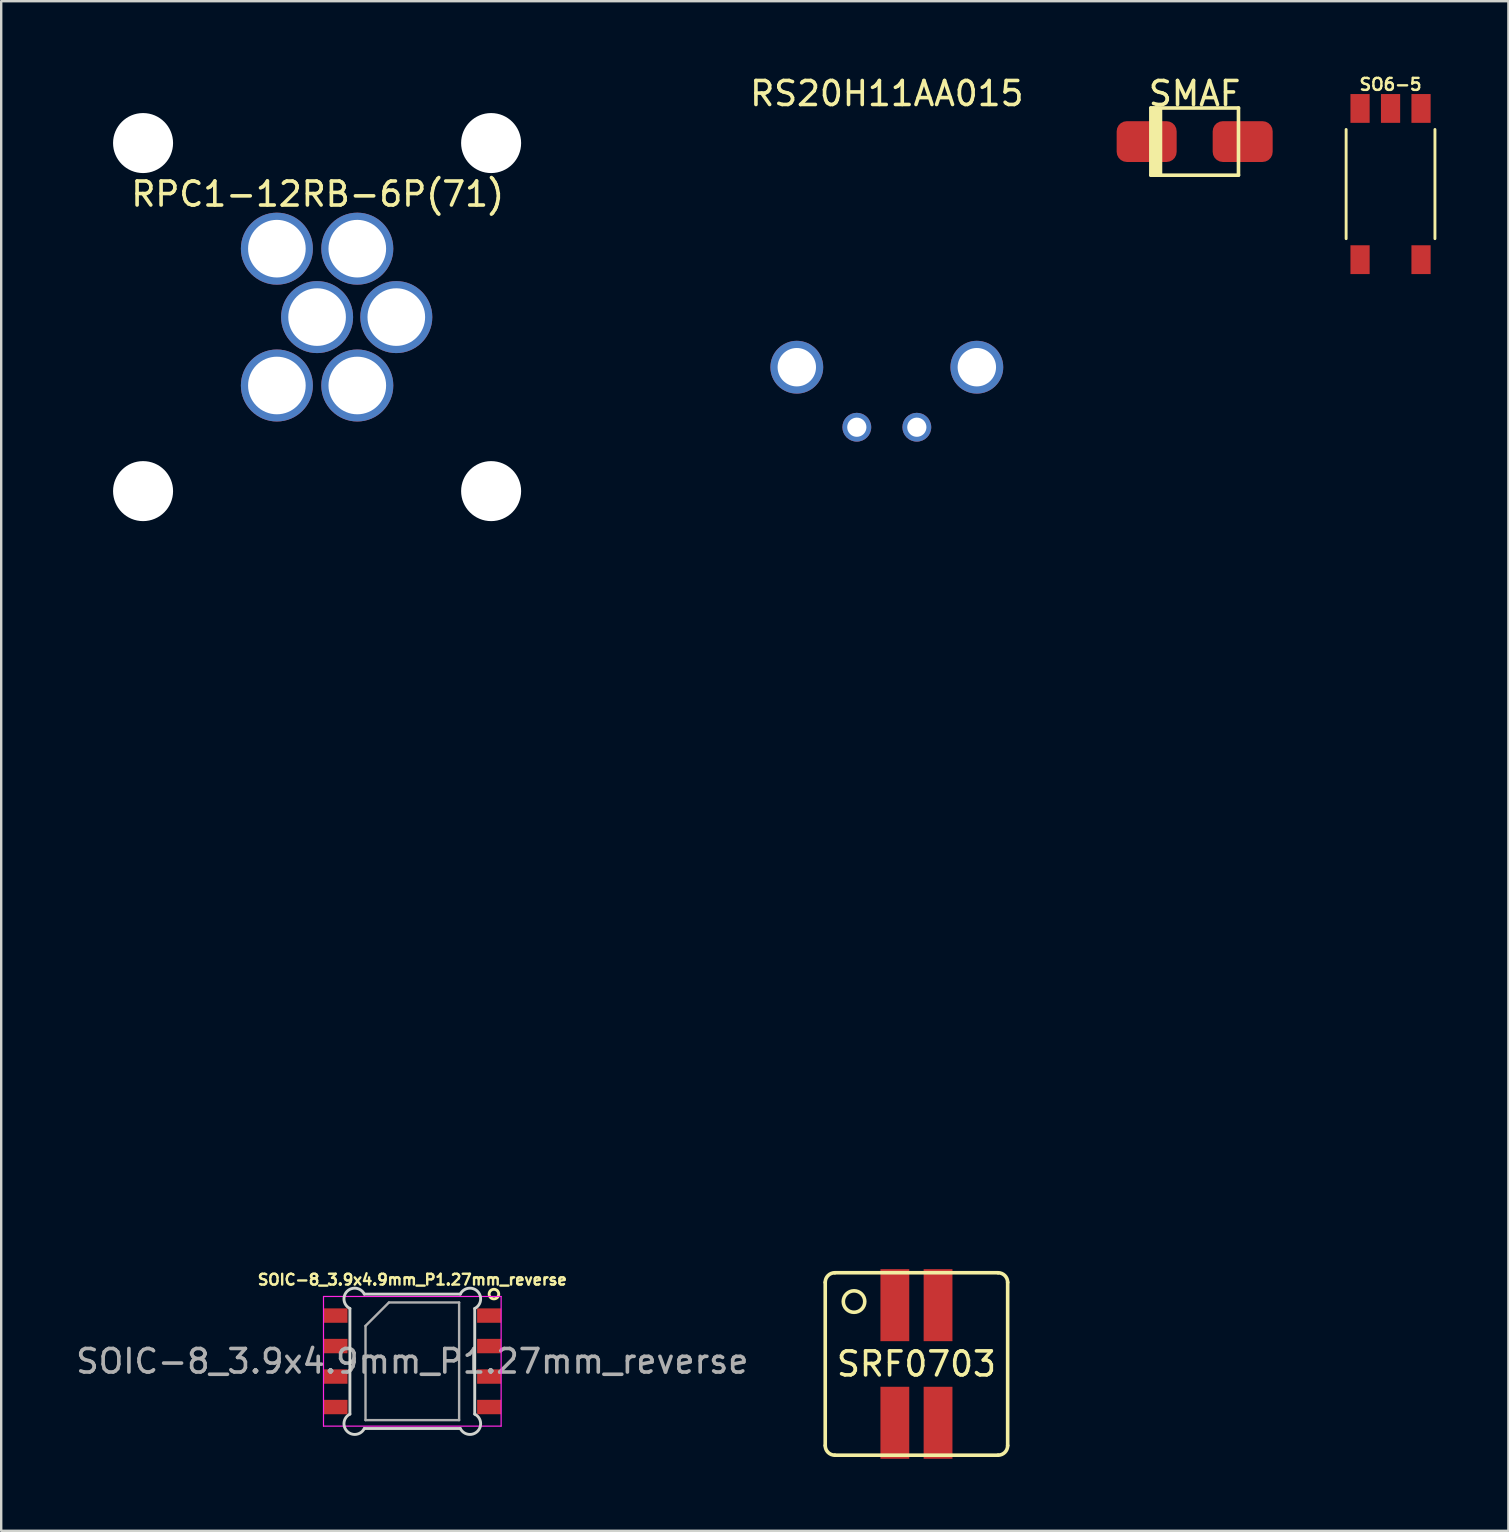
<source format=kicad_pcb>
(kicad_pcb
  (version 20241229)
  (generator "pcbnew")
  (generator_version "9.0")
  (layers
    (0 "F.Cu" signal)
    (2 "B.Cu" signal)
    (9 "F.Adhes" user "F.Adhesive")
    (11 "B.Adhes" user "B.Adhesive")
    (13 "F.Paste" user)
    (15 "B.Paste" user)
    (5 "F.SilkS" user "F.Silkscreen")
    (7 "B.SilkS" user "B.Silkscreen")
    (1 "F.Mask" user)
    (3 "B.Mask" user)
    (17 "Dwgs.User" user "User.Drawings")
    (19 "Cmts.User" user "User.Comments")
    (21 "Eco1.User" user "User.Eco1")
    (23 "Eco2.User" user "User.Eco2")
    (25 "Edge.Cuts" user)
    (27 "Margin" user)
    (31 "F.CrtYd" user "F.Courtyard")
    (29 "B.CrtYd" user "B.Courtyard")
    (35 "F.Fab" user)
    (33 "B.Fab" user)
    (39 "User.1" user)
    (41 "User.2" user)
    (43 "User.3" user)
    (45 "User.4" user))
  (footprint "RPC1-12RB-6P(71)"
    (layer "F.Cu")
    (at 10.16 10.16)
    (property "Reference" "RPC1-12RB-6P(71)" (at 0.025 -5.125 0) (layer "F.SilkS") (effects (font (size 1 1) (thickness 0.15))))
    (attr through_hole)
    (fp_line (start -10.1 -7.25) (end -10.1 7.25) (stroke (width 0.12) (type solid)) (layer "Eco1.User"))
    (fp_line (start -7.25 -10.1) (end 7.25 -10.1) (stroke (width 0.12) (type solid)) (layer "Eco1.User"))
    (fp_line (start -7.25 10.1) (end 7.25 10.1) (stroke (width 0.12) (type solid)) (layer "Eco1.User"))
    (fp_line (start 10.1 -7.25) (end 10.1 7.25) (stroke (width 0.12) (type solid)) (layer "Eco1.User"))
    (fp_arc (start -10.1 -7.25) (mid -9.265254 -9.265254) (end -7.25 -10.1) (stroke (width 0.12) (type solid)) (layer "Eco1.User"))
    (fp_arc (start -7.25 10.1) (mid -9.265254 9.265254) (end -10.1 7.25) (stroke (width 0.12) (type solid)) (layer "Eco1.User"))
    (fp_arc (start 7.25 -10.1) (mid 9.265254 -9.265254) (end 10.1 -7.25) (stroke (width 0.12) (type solid)) (layer "Eco1.User"))
    (fp_arc (start 10.1 7.25) (mid 9.265254 9.265254) (end 7.25 10.1) (stroke (width 0.12) (type solid)) (layer "Eco1.User"))
    (fp_circle (center 0 0) (end 6.25 0) (stroke (width 0.12) (type solid)) (fill no) (layer "Eco1.User"))
    (pad "" np_thru_hole circle (at -7.25 -7.25) (size 2.5 2.5) (drill 2.5) (layers "*.Cu" "*.Mask"))
    (pad "" np_thru_hole circle (at -7.25 7.25) (size 2.5 2.5) (drill 2.5) (layers "*.Cu" "*.Mask"))
    (pad "" np_thru_hole circle (at 7.25 -7.25) (size 2.5 2.5) (drill 2.5) (layers "*.Cu" "*.Mask"))
    (pad "" np_thru_hole circle (at 7.25 7.25) (size 2.5 2.5) (drill 2.5) (layers "*.Cu" "*.Mask"))
    (pad "1" thru_hole circle (at -1.675 2.85) (size 3 3) (drill 2.4) (layers "*.Cu" "*.Mask"))
    (pad "2" thru_hole circle (at 1.675 2.85) (size 3 3) (drill 2.4) (layers "*.Cu" "*.Mask"))
    (pad "3" thru_hole circle (at 3.3 0) (size 3 3) (drill 2.4) (layers "*.Cu" "*.Mask"))
    (pad "4" thru_hole circle (at 1.675 -2.85) (size 3 3) (drill 2.4) (layers "*.Cu" "*.Mask"))
    (pad "5" thru_hole circle (at -1.675 -2.85) (size 3 3) (drill 2.4) (layers "*.Cu" "*.Mask"))
    (pad "6" thru_hole circle (at 0 0) (size 3 3) (drill 2.4) (layers "*.Cu" "*.Mask")))
  (footprint "SO6-5"
    (layer "F.Cu")
    (at 54.88 4.618)
    (property "Reference" "SO6-5" (at 0 -4.15 0) (layer "F.SilkS") (effects (font (size 0.5 0.5) (thickness 0.1))))
    (attr through_hole)
    (fp_line (start -1.85 -2.275) (end -1.85 2.275) (stroke (width 0.12) (type solid)) (layer "F.SilkS"))
    (fp_line (start 1.85 -2.275) (end 1.85 2.275) (stroke (width 0.12) (type solid)) (layer "F.SilkS"))
    (pad "1" smd trapezoid (at -1.27 3.15) (size 0.8 1.2) (layers "F.Cu" "F.Mask" "F.Paste"))
    (pad "3" smd trapezoid (at 1.27 3.15) (size 0.8 1.2) (layers "F.Cu" "F.Mask" "F.Paste"))
    (pad "4" smd trapezoid (at 1.27 -3.15) (size 0.8 1.2) (layers "F.Cu" "F.Mask" "F.Paste"))
    (pad "5" smd trapezoid (at 0 -3.15) (size 0.8 1.2) (layers "F.Cu" "F.Mask" "F.Paste"))
    (pad "6" smd trapezoid (at -1.27 -3.15) (size 0.8 1.2) (layers "F.Cu" "F.Mask" "F.Paste")))
  (footprint "SOIC-8_3.9x4.9mm_P1.27mm_reverse"
    (layer "F.Cu")
    (at 14.127 53.662)
    (property "Reference" "SOIC-8_3.9x4.9mm_P1.27mm_reverse" (at 0 -3.4 0) (layer "F.SilkS") (effects (font (size 0.45 0.45) (thickness 0.1))))
    (attr smd)
    (fp_circle (center 3.4 -2.8) (end 3.4 -2.6) (stroke (width 0.12) (type solid)) (fill no) (layer "F.SilkS"))
    (fp_line (start -2.6 -2.2) (end -2.6 2.2) (stroke (width 0.12) (type solid)) (layer "Edge.Cuts"))
    (fp_line (start -2 2.8) (end 2 2.8) (stroke (width 0.12) (type solid)) (layer "Edge.Cuts"))
    (fp_line (start 2 -2.8) (end -2 -2.8) (stroke (width 0.12) (type solid)) (layer "Edge.Cuts"))
    (fp_line (start 2.6 2.2) (end 2.6 -2.2) (stroke (width 0.12) (type solid)) (layer "Edge.Cuts"))
    (fp_arc (start -2.6 -2.2) (mid -2.716228 -2.916228) (end -2 -2.8) (stroke (width 0.12) (type solid)) (layer "Edge.Cuts"))
    (fp_arc (start -2 2.8) (mid -2.716228 2.916228) (end -2.6 2.2) (stroke (width 0.12) (type solid)) (layer "Edge.Cuts"))
    (fp_arc (start 2 -2.8) (mid 2.716228 -2.916228) (end 2.6 -2.2) (stroke (width 0.12) (type solid)) (layer "Edge.Cuts"))
    (fp_arc (start 2.6 2.2) (mid 2.716228 2.916228) (end 2 2.8) (stroke (width 0.12) (type solid)) (layer "Edge.Cuts"))
    (fp_line (start -3.7 -2.7) (end -3.7 2.7) (stroke (width 0.05) (type solid)) (layer "F.CrtYd"))
    (fp_line (start -3.7 2.7) (end 3.7 2.7) (stroke (width 0.05) (type solid)) (layer "F.CrtYd"))
    (fp_line (start 3.7 -2.7) (end -3.7 -2.7) (stroke (width 0.05) (type solid)) (layer "F.CrtYd"))
    (fp_line (start 3.7 2.7) (end 3.7 -2.7) (stroke (width 0.05) (type solid)) (layer "F.CrtYd"))
    (fp_line (start -1.95 -1.475) (end -0.975 -2.45) (stroke (width 0.1) (type solid)) (layer "F.Fab"))
    (fp_line (start -1.95 2.45) (end -1.95 -1.475) (stroke (width 0.1) (type solid)) (layer "F.Fab"))
    (fp_line (start -0.975 -2.45) (end 1.95 -2.45) (stroke (width 0.1) (type solid)) (layer "F.Fab"))
    (fp_line (start 1.95 -2.45) (end 1.95 2.45) (stroke (width 0.1) (type solid)) (layer "F.Fab"))
    (fp_line (start 1.95 2.45) (end -1.95 2.45) (stroke (width 0.1) (type solid)) (layer "F.Fab"))
    (fp_text user "${REFERENCE}" (at 0 0 0) (layer "F.Fab") (effects (font (size 0.98 0.98) (thickness 0.15))))
    (pad "1" smd rect (at 3.2 -1.905) (size 1 0.6) (layers "F.Cu" "F.Mask" "F.Paste"))
    (pad "2" smd rect (at 3.2 -0.635) (size 1 0.6) (layers "F.Cu" "F.Mask" "F.Paste"))
    (pad "3" smd rect (at 3.2 0.635) (size 1 0.6) (layers "F.Cu" "F.Mask" "F.Paste"))
    (pad "4" smd rect (at 3.2 1.905) (size 1 0.6) (layers "F.Cu" "F.Mask" "F.Paste"))
    (pad "5" smd rect (at -3.2 1.905) (size 1 0.6) (layers "F.Cu" "F.Mask" "F.Paste"))
    (pad "6" smd rect (at -3.2 0.635) (size 1 0.6) (layers "F.Cu" "F.Mask" "F.Paste"))
    (pad "7" smd rect (at -3.2 -0.635) (size 1 0.6) (layers "F.Cu" "F.Mask" "F.Paste"))
    (pad "8" smd rect (at -3.2 -1.905) (size 1 0.6) (layers "F.Cu" "F.Mask" "F.Paste")))
  (footprint "SRF0703"
    (layer "F.Cu")
    (at 35.129 53.773)
    (property "Reference" "SRF0703" (at 0 0 0) (layer "F.SilkS") (effects (font (size 1 1) (thickness 0.15))))
    (attr through_hole)
    (fp_line (start -3.8 -3.4) (end -3.8 3.4) (stroke (width 0.15) (type solid)) (layer "F.SilkS"))
    (fp_line (start -3.4 3.8) (end 3.4 3.8) (stroke (width 0.15) (type solid)) (layer "F.SilkS"))
    (fp_line (start 3.4 -3.8) (end -3.4 -3.8) (stroke (width 0.15) (type solid)) (layer "F.SilkS"))
    (fp_line (start 3.8 3.4) (end 3.8 -3.4) (stroke (width 0.15) (type solid)) (layer "F.SilkS"))
    (fp_arc (start -3.8 -3.4) (mid -3.682843 -3.682843) (end -3.4 -3.8) (stroke (width 0.15) (type solid)) (layer "F.SilkS"))
    (fp_arc (start -3.4 3.8) (mid -3.682843 3.682843) (end -3.8 3.4) (stroke (width 0.15) (type solid)) (layer "F.SilkS"))
    (fp_arc (start 3.4 -3.8) (mid 3.682843 -3.682843) (end 3.8 -3.4) (stroke (width 0.15) (type solid)) (layer "F.SilkS"))
    (fp_arc (start 3.8 3.4) (mid 3.682843 3.682843) (end 3.4 3.8) (stroke (width 0.15) (type solid)) (layer "F.SilkS"))
    (fp_circle (center -2.6 -2.6) (end -2.4 -2.2) (stroke (width 0.15) (type solid)) (fill no) (layer "F.SilkS"))
    (pad "1" smd rect (at -0.9 -2.45) (size 1.2 3) (layers "F.Cu" "F.Mask" "F.Paste"))
    (pad "2" smd rect (at 0.9 -2.45) (size 1.2 3) (layers "F.Cu" "F.Mask" "F.Paste"))
    (pad "3" smd rect (at 0.9 2.45) (size 1.2 3) (layers "F.Cu" "F.Mask" "F.Paste"))
    (pad "4" smd rect (at -0.9 2.45) (size 1.2 3) (layers "F.Cu" "F.Mask" "F.Paste")))
  (footprint "RS20H11AA015"
    (layer "F.Cu")
    (at 33.895 14.748)
    (property "Reference" "RS20H11AA015" (at 0 -13.9 0) (layer "F.SilkS") (effects (font (size 1 1) (thickness 0.15))))
    (attr through_hole)
    (fp_line (start -10.5 6.5) (end -10.5 11.5) (stroke (width 0.15) (type solid)) (layer "Eco1.User"))
    (fp_line (start -10.5 11.5) (end -6.5 11.5) (stroke (width 0.15) (type solid)) (layer "Eco1.User"))
    (fp_line (start -6.5 3.5) (end 6.5 3.5) (stroke (width 0.15) (type solid)) (layer "Eco1.User"))
    (fp_line (start -6.5 6.5) (end -10.5 6.5) (stroke (width 0.15) (type solid)) (layer "Eco1.User"))
    (fp_line (start -6.5 6.5) (end -6.5 3.5) (stroke (width 0.15) (type solid)) (layer "Eco1.User"))
    (fp_line (start -6.5 11.5) (end -6.5 14.5) (stroke (width 0.15) (type solid)) (layer "Eco1.User"))
    (fp_line (start -6.5 14.5) (end 6.5 14.5) (stroke (width 0.15) (type solid)) (layer "Eco1.User"))
    (fp_line (start -6 -3) (end 6 -3) (stroke (width 0.15) (type solid)) (layer "Eco1.User"))
    (fp_line (start -6 3.5) (end -6 -3) (stroke (width 0.15) (type solid)) (layer "Eco1.User"))
    (fp_line (start -6 32) (end -6 14.5) (stroke (width 0.15) (type solid)) (layer "Eco1.User"))
    (fp_line (start 6 3.5) (end 6 -3) (stroke (width 0.15) (type solid)) (layer "Eco1.User"))
    (fp_line (start 6 32) (end -6 32) (stroke (width 0.15) (type solid)) (layer "Eco1.User"))
    (fp_line (start 6 32) (end 6 14.5) (stroke (width 0.15) (type solid)) (layer "Eco1.User"))
    (fp_line (start 6.5 14.5) (end 6.5 3.5) (stroke (width 0.15) (type solid)) (layer "Eco1.User"))
    (pad "1" thru_hole circle (at -3.75 -2.5) (size 2.2 2.2) (drill 1.6) (layers "*.Cu" "*.Mask"))
    (pad "2" thru_hole circle (at -1.25 0) (size 1.2 1.2) (drill 0.8) (layers "*.Cu" "*.Mask"))
    (pad "L" thru_hole circle (at 1.25 0) (size 1.2 1.2) (drill 0.8) (layers "*.Cu" "*.Mask"))
    (pad "L" thru_hole circle (at 3.75 -2.5) (size 2.2 2.2) (drill 1.6) (layers "*.Cu" "*.Mask")))
  (footprint "SMAF"
    (layer "F.Cu")
    (at 46.72 2.848)
    (property "Reference" "SMAF" (at 0 -2 0) (layer "F.SilkS") (effects (font (size 1 1) (thickness 0.15))))
    (attr through_hole)
    (fp_line (start -1.825 -1.4) (end -1.825 1.4) (stroke (width 0.15) (type solid)) (layer "F.SilkS"))
    (fp_line (start -1.825 1.4) (end 1.825 1.4) (stroke (width 0.15) (type solid)) (layer "F.SilkS"))
    (fp_line (start -1.725 -1.4) (end -1.725 1.4) (stroke (width 0.15) (type solid)) (layer "F.SilkS"))
    (fp_line (start -1.625 -1.4) (end -1.625 1.4) (stroke (width 0.15) (type solid)) (layer "F.SilkS"))
    (fp_line (start -1.525 -1.4) (end -1.525 1.4) (stroke (width 0.15) (type solid)) (layer "F.SilkS"))
    (fp_line (start -1.425 -1.4) (end -1.425 1.4) (stroke (width 0.15) (type solid)) (layer "F.SilkS"))
    (fp_line (start 1.825 -1.4) (end -1.825 -1.4) (stroke (width 0.15) (type solid)) (layer "F.SilkS"))
    (fp_line (start 1.825 1.4) (end 1.825 -1.4) (stroke (width 0.15) (type solid)) (layer "F.SilkS"))
    (pad "1" smd roundrect (at -2 0) (size 2.5 1.7) (layers "F.Cu" "F.Mask" "F.Paste") (roundrect_rratio 0.25))
    (pad "2" smd roundrect (at 2 0) (size 2.5 1.7) (layers "F.Cu" "F.Mask" "F.Paste") (roundrect_rratio 0.25)))
  (gr_rect
    (start -3 -3)
    (end 59.79 60.723)
    (stroke (width 0.1) (type default))
    (fill no)
    (layer "Edge.Cuts")))
</source>
